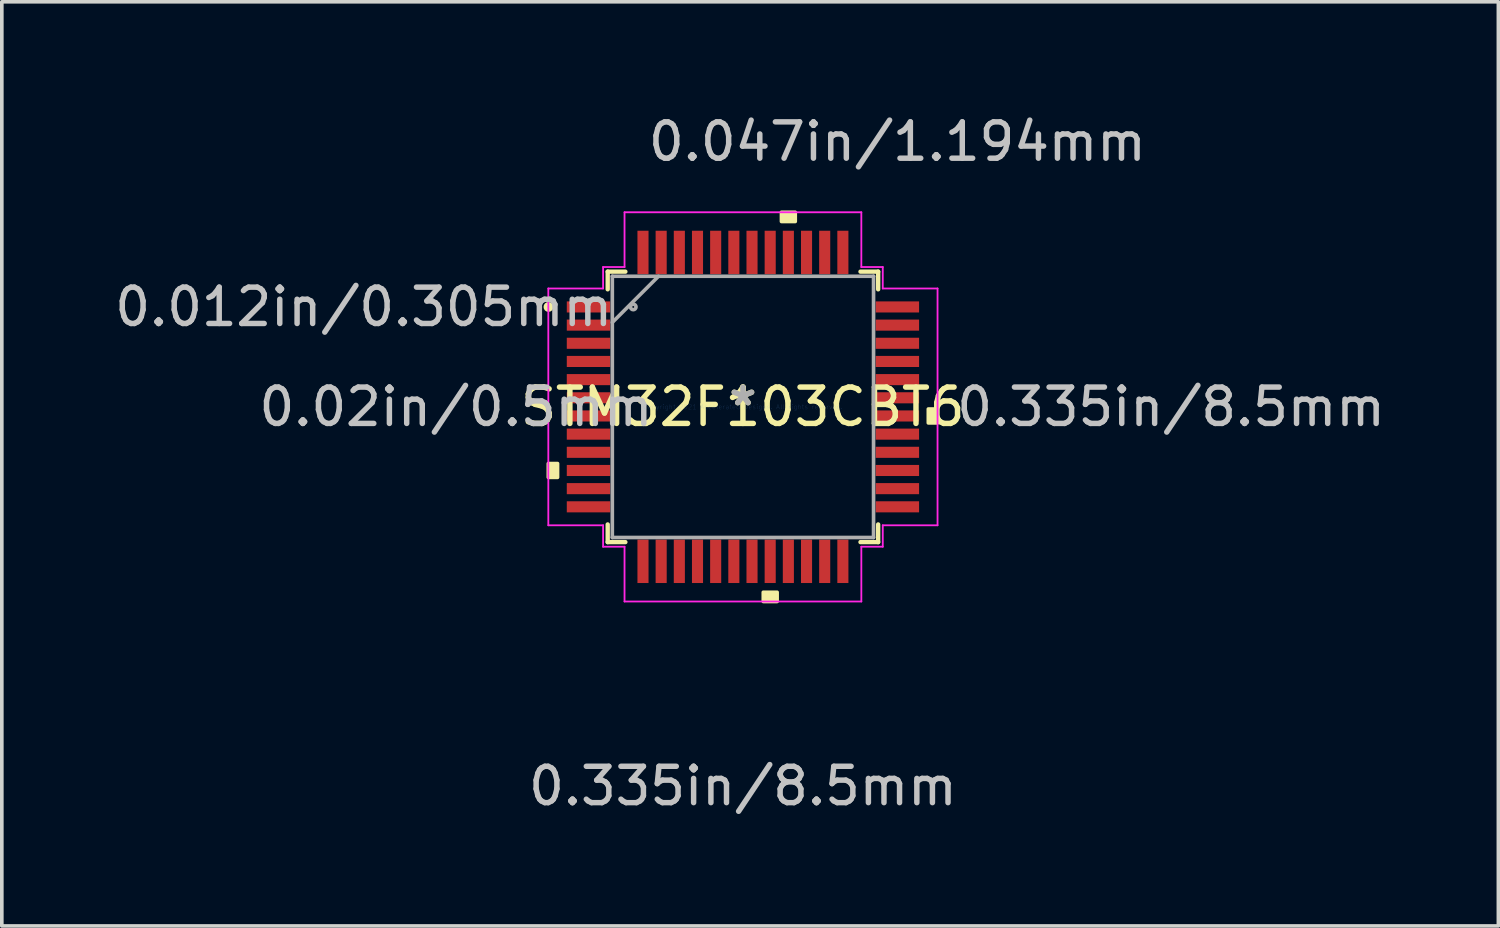
<source format=kicad_pcb>
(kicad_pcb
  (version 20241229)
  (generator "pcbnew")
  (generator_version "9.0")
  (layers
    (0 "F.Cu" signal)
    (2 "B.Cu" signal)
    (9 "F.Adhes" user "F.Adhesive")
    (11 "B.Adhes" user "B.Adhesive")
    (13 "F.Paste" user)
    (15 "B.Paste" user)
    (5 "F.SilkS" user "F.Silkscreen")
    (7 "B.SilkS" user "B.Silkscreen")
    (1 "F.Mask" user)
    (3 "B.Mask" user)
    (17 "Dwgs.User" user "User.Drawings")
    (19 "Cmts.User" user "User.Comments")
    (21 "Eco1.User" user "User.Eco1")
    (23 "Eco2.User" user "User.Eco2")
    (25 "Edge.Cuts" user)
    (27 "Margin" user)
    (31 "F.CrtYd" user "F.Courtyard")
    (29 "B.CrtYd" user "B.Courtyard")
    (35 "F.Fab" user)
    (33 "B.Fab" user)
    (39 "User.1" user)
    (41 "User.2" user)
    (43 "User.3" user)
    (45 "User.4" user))
  (footprint "STM32F103CBT6"
    (layer "F.Cu")
    (at 17.393 8.146)
    (property "Reference" "STM32F103CBT6" (at 0 0 0) (layer "F.SilkS") (effects (font (size 1 1) (thickness 0.15))))
    (attr through_hole)
    (fp_line (start -3.721 -3.721) (end -3.721 -3.235) (stroke (width 0.12) (type solid)) (layer "F.SilkS"))
    (fp_line (start -3.721 3.235) (end -3.721 3.721) (stroke (width 0.12) (type solid)) (layer "F.SilkS"))
    (fp_line (start -3.721 3.721) (end -3.235 3.721) (stroke (width 0.12) (type solid)) (layer "F.SilkS"))
    (fp_line (start -3.235 -3.721) (end -3.721 -3.721) (stroke (width 0.12) (type solid)) (layer "F.SilkS"))
    (fp_line (start 3.235 3.721) (end 3.721 3.721) (stroke (width 0.12) (type solid)) (layer "F.SilkS"))
    (fp_line (start 3.721 -3.721) (end 3.235 -3.721) (stroke (width 0.12) (type solid)) (layer "F.SilkS"))
    (fp_line (start 3.721 -3.235) (end 3.721 -3.721) (stroke (width 0.12) (type solid)) (layer "F.SilkS"))
    (fp_line (start 3.721 3.721) (end 3.721 3.235) (stroke (width 0.12) (type solid)) (layer "F.SilkS"))
    (fp_circle (center -5.351 -2.75) (end -5.275 -2.75) (stroke (width 0.12) (type solid)) (fill no) (layer "F.SilkS"))
    (fp_poly (pts (xy -5.355 1.559) (xy -5.355 1.94) (xy -5.101 1.94) (xy -5.101 1.559)) (stroke (width 0.1) (type solid)) (fill yes) (layer "F.SilkS"))
    (fp_poly (pts (xy 0.56 5.101) (xy 0.56 5.355) (xy 0.941 5.355) (xy 0.941 5.101)) (stroke (width 0.1) (type solid)) (fill yes) (layer "F.SilkS"))
    (fp_poly (pts (xy 1.06 -5.101) (xy 1.06 -5.355) (xy 1.44 -5.355) (xy 1.44 -5.101)) (stroke (width 0.1) (type solid)) (fill yes) (layer "F.SilkS"))
    (fp_poly (pts (xy 5.355 0.059) (xy 5.355 0.441) (xy 5.101 0.441) (xy 5.101 0.059)) (stroke (width 0.1) (type solid)) (fill yes) (layer "F.SilkS"))
    (fp_line (start -5.355 -3.258) (end -3.848 -3.258) (stroke (width 0.05) (type solid)) (layer "F.CrtYd"))
    (fp_line (start -5.355 3.258) (end -5.355 -3.258) (stroke (width 0.05) (type solid)) (layer "F.CrtYd"))
    (fp_line (start -3.848 -3.848) (end -3.258 -3.848) (stroke (width 0.05) (type solid)) (layer "F.CrtYd"))
    (fp_line (start -3.848 -3.258) (end -3.848 -3.848) (stroke (width 0.05) (type solid)) (layer "F.CrtYd"))
    (fp_line (start -3.848 3.258) (end -5.355 3.258) (stroke (width 0.05) (type solid)) (layer "F.CrtYd"))
    (fp_line (start -3.848 3.848) (end -3.848 3.258) (stroke (width 0.05) (type solid)) (layer "F.CrtYd"))
    (fp_line (start -3.258 -5.355) (end 3.258 -5.355) (stroke (width 0.05) (type solid)) (layer "F.CrtYd"))
    (fp_line (start -3.258 -3.848) (end -3.258 -5.355) (stroke (width 0.05) (type solid)) (layer "F.CrtYd"))
    (fp_line (start -3.258 3.848) (end -3.848 3.848) (stroke (width 0.05) (type solid)) (layer "F.CrtYd"))
    (fp_line (start -3.258 5.355) (end -3.258 3.848) (stroke (width 0.05) (type solid)) (layer "F.CrtYd"))
    (fp_line (start 3.258 -5.355) (end 3.258 -3.848) (stroke (width 0.05) (type solid)) (layer "F.CrtYd"))
    (fp_line (start 3.258 -3.848) (end 3.848 -3.848) (stroke (width 0.05) (type solid)) (layer "F.CrtYd"))
    (fp_line (start 3.258 3.848) (end 3.258 5.355) (stroke (width 0.05) (type solid)) (layer "F.CrtYd"))
    (fp_line (start 3.258 5.355) (end -3.258 5.355) (stroke (width 0.05) (type solid)) (layer "F.CrtYd"))
    (fp_line (start 3.848 -3.848) (end 3.848 -3.258) (stroke (width 0.05) (type solid)) (layer "F.CrtYd"))
    (fp_line (start 3.848 -3.258) (end 5.355 -3.258) (stroke (width 0.05) (type solid)) (layer "F.CrtYd"))
    (fp_line (start 3.848 3.258) (end 3.848 3.848) (stroke (width 0.05) (type solid)) (layer "F.CrtYd"))
    (fp_line (start 3.848 3.848) (end 3.258 3.848) (stroke (width 0.05) (type solid)) (layer "F.CrtYd"))
    (fp_line (start 5.355 -3.258) (end 5.355 3.258) (stroke (width 0.05) (type solid)) (layer "F.CrtYd"))
    (fp_line (start 5.355 3.258) (end 3.848 3.258) (stroke (width 0.05) (type solid)) (layer "F.CrtYd"))
    (fp_line (start -3.594 -3.594) (end -3.594 3.594) (stroke (width 0.1) (type solid)) (layer "F.Fab"))
    (fp_line (start -3.594 -2.324) (end -2.324 -3.594) (stroke (width 0.1) (type solid)) (layer "F.Fab"))
    (fp_line (start -3.594 3.594) (end 3.594 3.594) (stroke (width 0.1) (type solid)) (layer "F.Fab"))
    (fp_line (start 3.594 -3.594) (end -3.594 -3.594) (stroke (width 0.1) (type solid)) (layer "F.Fab"))
    (fp_line (start 3.594 3.594) (end 3.594 -3.594) (stroke (width 0.1) (type solid)) (layer "F.Fab"))
    (fp_circle (center -3.018 -2.75) (end -2.942 -2.75) (stroke (width 0.1) (type solid)) (fill no) (layer "F.Fab"))
    (fp_text user "*" (at 0 0 0) (layer "F.SilkS") (effects (font (size 1 1) (thickness 0.15))))
    (fp_text user "0.335in/8.5mm" (at 11.781 0 0) (layer "Dwgs.User") (effects (font (size 1 1) (thickness 0.15))))
    (fp_text user "0.047in/1.194mm" (at 4.25 -7.298 0) (layer "Dwgs.User") (effects (font (size 1 1) (thickness 0.15))))
    (fp_text user "0.335in/8.5mm" (at 0 10.435 0) (layer "Dwgs.User") (effects (font (size 1 1) (thickness 0.15))))
    (fp_text user "0.02in/0.5mm" (at -7.895 0 0) (layer "Dwgs.User") (effects (font (size 1 1) (thickness 0.15))))
    (fp_text user "0.012in/0.305mm" (at -10.435 -2.75 0) (layer "Dwgs.User") (effects (font (size 1 1) (thickness 0.15))))
    (fp_text user "Copyright 2021 Accelerated Designs. All rights reserved." (at 0 0 0) (layer "Cmts.User") (effects (font (size 0.127 0.127) (thickness 0.002))))
    (fp_text user "*" (at 0 0 0) (layer "F.Fab") (effects (font (size 1 1) (thickness 0.15))))
    (pad "1" smd rect (at -4.25 -2.75) (size 1.194 0.305) (layers "F.Cu" "F.Mask" "F.Paste"))
    (pad "2" smd rect (at -4.25 -2.25) (size 1.194 0.305) (layers "F.Cu" "F.Mask" "F.Paste"))
    (pad "3" smd rect (at -4.25 -1.75) (size 1.194 0.305) (layers "F.Cu" "F.Mask" "F.Paste"))
    (pad "4" smd rect (at -4.25 -1.25) (size 1.194 0.305) (layers "F.Cu" "F.Mask" "F.Paste"))
    (pad "5" smd rect (at -4.25 -0.75) (size 1.194 0.305) (layers "F.Cu" "F.Mask" "F.Paste"))
    (pad "6" smd rect (at -4.25 -0.25) (size 1.194 0.305) (layers "F.Cu" "F.Mask" "F.Paste"))
    (pad "7" smd rect (at -4.25 0.25) (size 1.194 0.305) (layers "F.Cu" "F.Mask" "F.Paste"))
    (pad "8" smd rect (at -4.25 0.75) (size 1.194 0.305) (layers "F.Cu" "F.Mask" "F.Paste"))
    (pad "9" smd rect (at -4.25 1.25) (size 1.194 0.305) (layers "F.Cu" "F.Mask" "F.Paste"))
    (pad "10" smd rect (at -4.25 1.75) (size 1.194 0.305) (layers "F.Cu" "F.Mask" "F.Paste"))
    (pad "11" smd rect (at -4.25 2.25) (size 1.194 0.305) (layers "F.Cu" "F.Mask" "F.Paste"))
    (pad "12" smd rect (at -4.25 2.75) (size 1.194 0.305) (layers "F.Cu" "F.Mask" "F.Paste"))
    (pad "13" smd rect (at -2.75 4.25 90) (size 1.194 0.305) (layers "F.Cu" "F.Mask" "F.Paste"))
    (pad "14" smd rect (at -2.25 4.25 90) (size 1.194 0.305) (layers "F.Cu" "F.Mask" "F.Paste"))
    (pad "15" smd rect (at -1.75 4.25 90) (size 1.194 0.305) (layers "F.Cu" "F.Mask" "F.Paste"))
    (pad "16" smd rect (at -1.25 4.25 90) (size 1.194 0.305) (layers "F.Cu" "F.Mask" "F.Paste"))
    (pad "17" smd rect (at -0.75 4.25 90) (size 1.194 0.305) (layers "F.Cu" "F.Mask" "F.Paste"))
    (pad "18" smd rect (at -0.25 4.25 90) (size 1.194 0.305) (layers "F.Cu" "F.Mask" "F.Paste"))
    (pad "19" smd rect (at 0.25 4.25 90) (size 1.194 0.305) (layers "F.Cu" "F.Mask" "F.Paste"))
    (pad "20" smd rect (at 0.75 4.25 90) (size 1.194 0.305) (layers "F.Cu" "F.Mask" "F.Paste"))
    (pad "21" smd rect (at 1.25 4.25 90) (size 1.194 0.305) (layers "F.Cu" "F.Mask" "F.Paste"))
    (pad "22" smd rect (at 1.75 4.25 90) (size 1.194 0.305) (layers "F.Cu" "F.Mask" "F.Paste"))
    (pad "23" smd rect (at 2.25 4.25 90) (size 1.194 0.305) (layers "F.Cu" "F.Mask" "F.Paste"))
    (pad "24" smd rect (at 2.75 4.25 90) (size 1.194 0.305) (layers "F.Cu" "F.Mask" "F.Paste"))
    (pad "25" smd rect (at 4.25 2.75) (size 1.194 0.305) (layers "F.Cu" "F.Mask" "F.Paste"))
    (pad "26" smd rect (at 4.25 2.25) (size 1.194 0.305) (layers "F.Cu" "F.Mask" "F.Paste"))
    (pad "27" smd rect (at 4.25 1.75) (size 1.194 0.305) (layers "F.Cu" "F.Mask" "F.Paste"))
    (pad "28" smd rect (at 4.25 1.25) (size 1.194 0.305) (layers "F.Cu" "F.Mask" "F.Paste"))
    (pad "29" smd rect (at 4.25 0.75) (size 1.194 0.305) (layers "F.Cu" "F.Mask" "F.Paste"))
    (pad "30" smd rect (at 4.25 0.25) (size 1.194 0.305) (layers "F.Cu" "F.Mask" "F.Paste"))
    (pad "31" smd rect (at 4.25 -0.25) (size 1.194 0.305) (layers "F.Cu" "F.Mask" "F.Paste"))
    (pad "32" smd rect (at 4.25 -0.75) (size 1.194 0.305) (layers "F.Cu" "F.Mask" "F.Paste"))
    (pad "33" smd rect (at 4.25 -1.25) (size 1.194 0.305) (layers "F.Cu" "F.Mask" "F.Paste"))
    (pad "34" smd rect (at 4.25 -1.75) (size 1.194 0.305) (layers "F.Cu" "F.Mask" "F.Paste"))
    (pad "35" smd rect (at 4.25 -2.25) (size 1.194 0.305) (layers "F.Cu" "F.Mask" "F.Paste"))
    (pad "36" smd rect (at 4.25 -2.75) (size 1.194 0.305) (layers "F.Cu" "F.Mask" "F.Paste"))
    (pad "37" smd rect (at 2.75 -4.25 90) (size 1.194 0.305) (layers "F.Cu" "F.Mask" "F.Paste"))
    (pad "38" smd rect (at 2.25 -4.25 90) (size 1.194 0.305) (layers "F.Cu" "F.Mask" "F.Paste"))
    (pad "39" smd rect (at 1.75 -4.25 90) (size 1.194 0.305) (layers "F.Cu" "F.Mask" "F.Paste"))
    (pad "40" smd rect (at 1.25 -4.25 90) (size 1.194 0.305) (layers "F.Cu" "F.Mask" "F.Paste"))
    (pad "41" smd rect (at 0.75 -4.25 90) (size 1.194 0.305) (layers "F.Cu" "F.Mask" "F.Paste"))
    (pad "42" smd rect (at 0.25 -4.25 90) (size 1.194 0.305) (layers "F.Cu" "F.Mask" "F.Paste"))
    (pad "43" smd rect (at -0.25 -4.25 90) (size 1.194 0.305) (layers "F.Cu" "F.Mask" "F.Paste"))
    (pad "44" smd rect (at -0.75 -4.25 90) (size 1.194 0.305) (layers "F.Cu" "F.Mask" "F.Paste"))
    (pad "45" smd rect (at -1.25 -4.25 90) (size 1.194 0.305) (layers "F.Cu" "F.Mask" "F.Paste"))
    (pad "46" smd rect (at -1.75 -4.25 90) (size 1.194 0.305) (layers "F.Cu" "F.Mask" "F.Paste"))
    (pad "47" smd rect (at -2.25 -4.25 90) (size 1.194 0.305) (layers "F.Cu" "F.Mask" "F.Paste"))
    (pad "48" smd rect (at -2.75 -4.25 90) (size 1.194 0.305) (layers "F.Cu" "F.Mask" "F.Paste")))
  (gr_rect
    (start -3 -3)
    (end 38.18 22.429)
    (stroke (width 0.1) (type default))
    (fill no)
    (layer "Edge.Cuts")))
</source>
